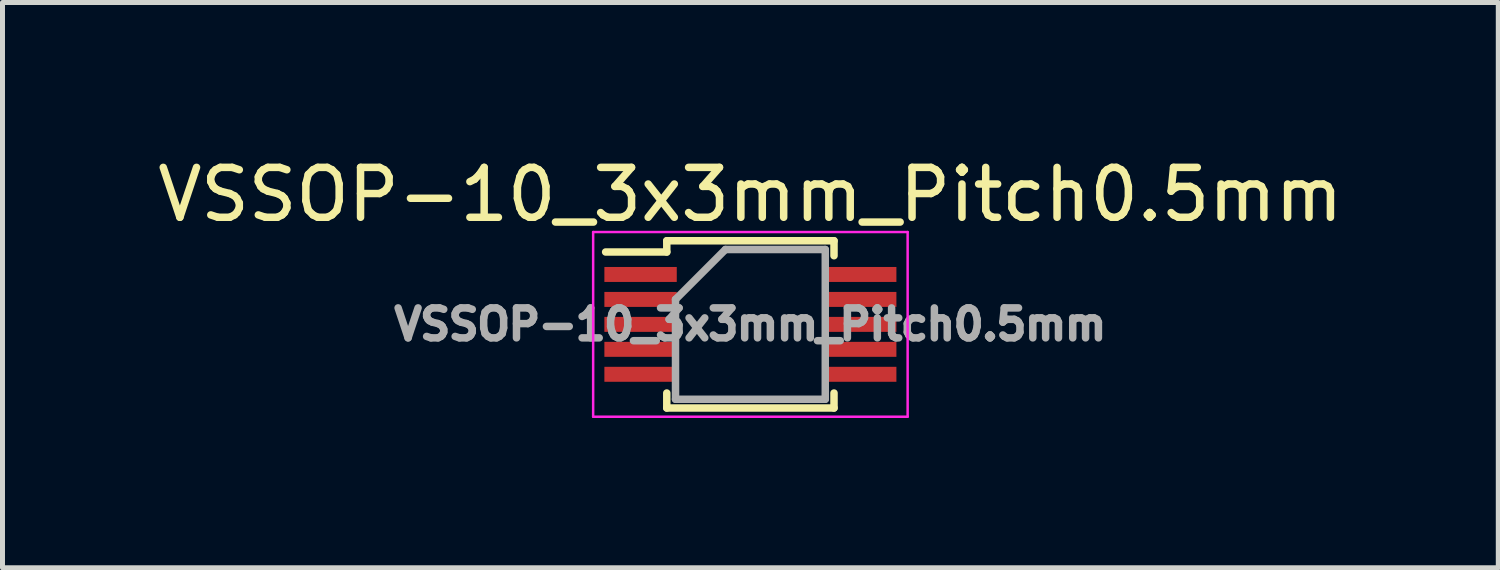
<source format=kicad_pcb>
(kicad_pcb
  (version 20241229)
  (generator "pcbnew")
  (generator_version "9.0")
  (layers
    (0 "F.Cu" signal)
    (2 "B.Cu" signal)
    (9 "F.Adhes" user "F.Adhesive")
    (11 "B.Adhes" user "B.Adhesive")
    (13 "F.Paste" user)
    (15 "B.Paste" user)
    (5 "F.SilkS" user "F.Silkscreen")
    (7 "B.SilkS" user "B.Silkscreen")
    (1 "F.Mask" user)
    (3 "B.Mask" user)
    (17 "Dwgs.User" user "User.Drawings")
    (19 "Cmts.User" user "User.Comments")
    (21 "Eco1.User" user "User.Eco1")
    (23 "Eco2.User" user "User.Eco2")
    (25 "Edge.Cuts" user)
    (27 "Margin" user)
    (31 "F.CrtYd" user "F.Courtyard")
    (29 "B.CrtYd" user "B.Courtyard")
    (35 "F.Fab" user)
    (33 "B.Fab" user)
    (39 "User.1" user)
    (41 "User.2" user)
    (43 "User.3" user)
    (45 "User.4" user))
  (footprint "VSSOP-10_3x3mm_Pitch0.5mm"
    (layer "F.Cu")
    (at 11.982 3.448)
    (property "Reference" "VSSOP-10_3x3mm_Pitch0.5mm" (at 0 -2.6 0) (layer "F.SilkS") (effects (font (size 1 1) (thickness 0.15))))
    (attr smd)
    (fp_line (start -1.675 -1.675) (end -1.675 -1.45) (stroke (width 0.15) (type solid)) (layer "F.SilkS"))
    (fp_line (start -1.675 -1.675) (end 1.675 -1.675) (stroke (width 0.15) (type solid)) (layer "F.SilkS"))
    (fp_line (start -1.675 -1.45) (end -2.9 -1.45) (stroke (width 0.15) (type solid)) (layer "F.SilkS"))
    (fp_line (start -1.675 1.675) (end -1.675 1.375) (stroke (width 0.15) (type solid)) (layer "F.SilkS"))
    (fp_line (start -1.675 1.675) (end 1.675 1.675) (stroke (width 0.15) (type solid)) (layer "F.SilkS"))
    (fp_line (start 1.675 -1.675) (end 1.675 -1.375) (stroke (width 0.15) (type solid)) (layer "F.SilkS"))
    (fp_line (start 1.675 1.675) (end 1.675 1.375) (stroke (width 0.15) (type solid)) (layer "F.SilkS"))
    (fp_line (start -3.15 -1.85) (end -3.15 1.85) (stroke (width 0.05) (type solid)) (layer "F.CrtYd"))
    (fp_line (start -3.15 -1.85) (end 3.15 -1.85) (stroke (width 0.05) (type solid)) (layer "F.CrtYd"))
    (fp_line (start -3.15 1.85) (end 3.15 1.85) (stroke (width 0.05) (type solid)) (layer "F.CrtYd"))
    (fp_line (start 3.15 -1.85) (end 3.15 1.85) (stroke (width 0.05) (type solid)) (layer "F.CrtYd"))
    (fp_line (start -1.5 -0.5) (end -0.5 -1.5) (stroke (width 0.15) (type solid)) (layer "F.Fab"))
    (fp_line (start -1.5 1.5) (end -1.5 -0.5) (stroke (width 0.15) (type solid)) (layer "F.Fab"))
    (fp_line (start -0.5 -1.5) (end 1.5 -1.5) (stroke (width 0.15) (type solid)) (layer "F.Fab"))
    (fp_line (start 1.5 -1.5) (end 1.5 1.5) (stroke (width 0.15) (type solid)) (layer "F.Fab"))
    (fp_line (start 1.5 1.5) (end -1.5 1.5) (stroke (width 0.15) (type solid)) (layer "F.Fab"))
    (fp_text user "${REFERENCE}" (at 0 0 0) (layer "F.Fab") (effects (font (size 0.6 0.6) (thickness 0.15))))
    (pad "1" smd rect (at -2.2 -1) (size 1.45 0.3) (layers "F.Cu" "F.Mask" "F.Paste"))
    (pad "2" smd rect (at -2.2 -0.5) (size 1.45 0.3) (layers "F.Cu" "F.Mask" "F.Paste"))
    (pad "3" smd rect (at -2.2 0) (size 1.45 0.3) (layers "F.Cu" "F.Mask" "F.Paste"))
    (pad "4" smd rect (at -2.2 0.5) (size 1.45 0.3) (layers "F.Cu" "F.Mask" "F.Paste"))
    (pad "5" smd rect (at -2.2 1) (size 1.45 0.3) (layers "F.Cu" "F.Mask" "F.Paste"))
    (pad "6" smd rect (at 2.2 1) (size 1.45 0.3) (layers "F.Cu" "F.Mask" "F.Paste"))
    (pad "7" smd rect (at 2.2 0.5) (size 1.45 0.3) (layers "F.Cu" "F.Mask" "F.Paste"))
    (pad "8" smd rect (at 2.2 0) (size 1.45 0.3) (layers "F.Cu" "F.Mask" "F.Paste"))
    (pad "9" smd rect (at 2.2 -0.5) (size 1.45 0.3) (layers "F.Cu" "F.Mask" "F.Paste"))
    (pad "10" smd rect (at 2.2 -1) (size 1.45 0.3) (layers "F.Cu" "F.Mask" "F.Paste")))
  (gr_rect
    (start -3 -3)
    (end 26.964 8.323)
    (stroke (width 0.1) (type default))
    (fill no)
    (layer "Edge.Cuts")))
</source>
